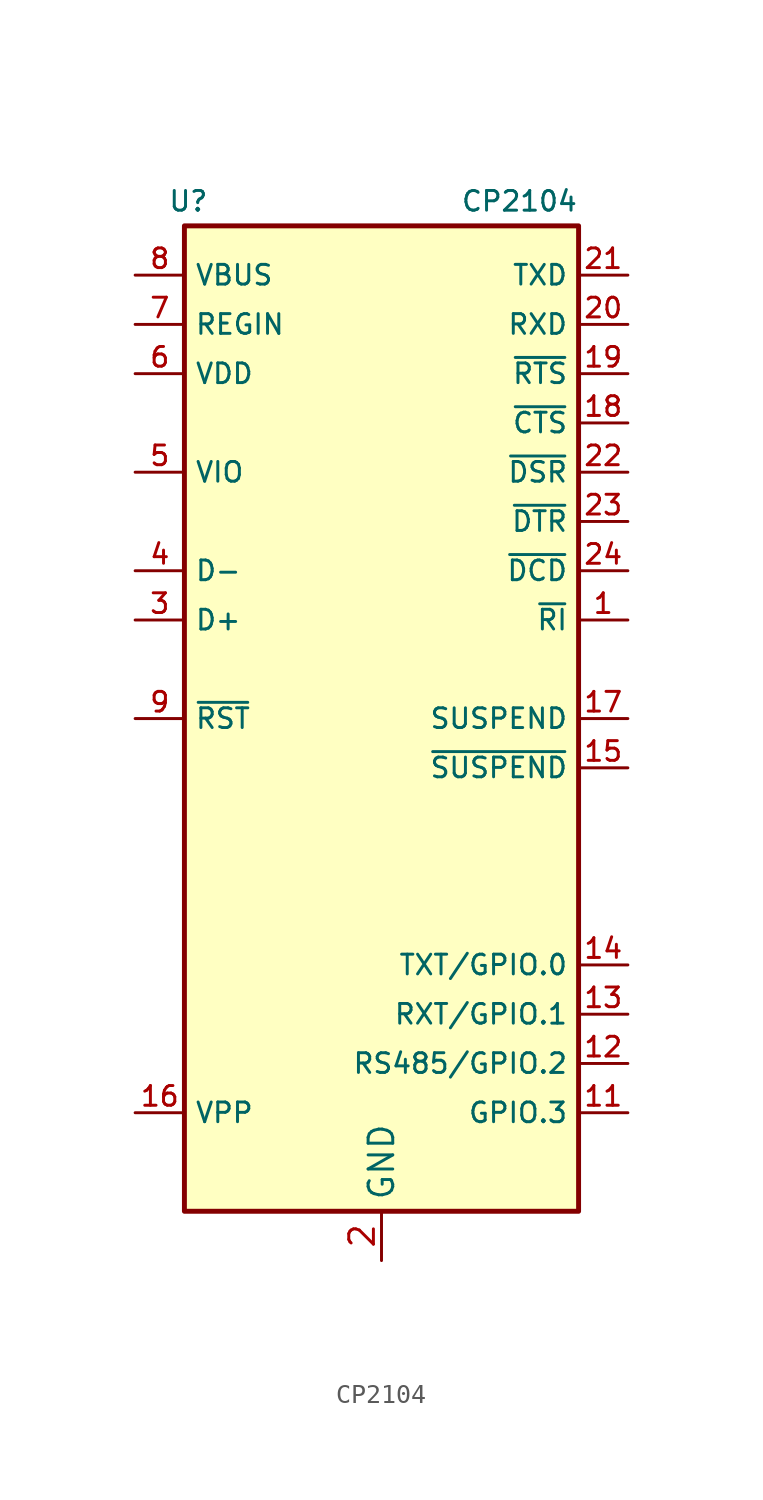
<source format=kicad_sym>
(kicad_symbol_lib
  (version 20211014)
  (generator kicad_symbol_editor)
  (symbol "CP2104"
    (property "Reference" "U"
      (at -8.89 26.67 0)
      (effects (font (size 1.016 1.016)) (justify right)))
    (property "Value" "CP2104"
      (at 10.16 26.67 0)
      (effects (font (size 1.016 1.016)) (justify right)))
    (symbol "CP2104_1_1"
      (rectangle (start -10.16 25.4) (end 10.16 -25.4) (stroke (width 0.254) (type default) (color 0 0 0 0)) (fill (type background)))
      (pin input line (at 12.7 5.08 180) (length 2.54) (name "~{RI}" (effects (font (size 1.016 1.016)))) (number "1" (effects (font (size 1.016 1.016)))))
      (pin no_connect line (at 10.16 -22.86 180) (length 2.54) hide (name "NC" (effects (font (size 1.016 1.016)))) (number "10" (effects (font (size 1.016 1.016)))))
      (pin bidirectional line (at 12.7 -20.32 180) (length 2.54) (name "GPIO.3" (effects (font (size 1.016 1.016)))) (number "11" (effects (font (size 1.016 1.016)))))
      (pin bidirectional line (at 12.7 -17.78 180) (length 2.54) (name "RS485/GPIO.2" (effects (font (size 1.016 1.016)))) (number "12" (effects (font (size 1.016 1.016)))))
      (pin bidirectional line (at 12.7 -15.24 180) (length 2.54) (name "RXT/GPIO.1" (effects (font (size 1.016 1.016)))) (number "13" (effects (font (size 1.016 1.016)))))
      (pin bidirectional line (at 12.7 -12.7 180) (length 2.54) (name "TXT/GPIO.0" (effects (font (size 1.016 1.016)))) (number "14" (effects (font (size 1.016 1.016)))))
      (pin output line (at 12.7 -2.54 180) (length 2.54) (name "~{SUSPEND}" (effects (font (size 1.016 1.016)))) (number "15" (effects (font (size 1.016 1.016)))))
      (pin passive line (at -12.7 -20.32 0) (length 2.54) (name "VPP" (effects (font (size 1.016 1.016)))) (number "16" (effects (font (size 1.016 1.016)))))
      (pin output line (at 12.7 0 180) (length 2.54) (name "SUSPEND" (effects (font (size 1.016 1.016)))) (number "17" (effects (font (size 1.016 1.016)))))
      (pin input line (at 12.7 15.24 180) (length 2.54) (name "~{CTS}" (effects (font (size 1.016 1.016)))) (number "18" (effects (font (size 1.016 1.016)))))
      (pin output line (at 12.7 17.78 180) (length 2.54) (name "~{RTS}" (effects (font (size 1.016 1.016)))) (number "19" (effects (font (size 1.016 1.016)))))
      (pin power_in line (at 0 -27.94 90) (length 2.54) (name "GND" (effects (font (size 1.27 1.27)))) (number "2" (effects (font (size 1.27 1.27)))))
      (pin input line (at 12.7 20.32 180) (length 2.54) (name "RXD" (effects (font (size 1.016 1.016)))) (number "20" (effects (font (size 1.016 1.016)))))
      (pin output line (at 12.7 22.86 180) (length 2.54) (name "TXD" (effects (font (size 1.016 1.016)))) (number "21" (effects (font (size 1.016 1.016)))))
      (pin input line (at 12.7 12.7 180) (length 2.54) (name "~{DSR}" (effects (font (size 1.016 1.016)))) (number "22" (effects (font (size 1.016 1.016)))))
      (pin output line (at 12.7 10.16 180) (length 2.54) (name "~{DTR}" (effects (font (size 1.016 1.016)))) (number "23" (effects (font (size 1.016 1.016)))))
      (pin input line (at 12.7 7.62 180) (length 2.54) (name "~{DCD}" (effects (font (size 1.016 1.016)))) (number "24" (effects (font (size 1.016 1.016)))))
      (pin passive line (at 0 -27.94 90) (length 2.54) hide (name "GND" (effects (font (size 1.016 1.016)))) (number "25" (effects (font (size 1.016 1.016)))))
      (pin bidirectional line (at -12.7 5.08 0) (length 2.54) (name "D+" (effects (font (size 1.016 1.016)))) (number "3" (effects (font (size 1.016 1.016)))))
      (pin bidirectional line (at -12.7 7.62 0) (length 2.54) (name "D-" (effects (font (size 1.016 1.016)))) (number "4" (effects (font (size 1.016 1.016)))))
      (pin power_in line (at -12.7 12.7 0) (length 2.54) (name "VIO" (effects (font (size 1.016 1.016)))) (number "5" (effects (font (size 1.016 1.016)))))
      (pin power_in line (at -12.7 17.78 0) (length 2.54) (name "VDD" (effects (font (size 1.016 1.016)))) (number "6" (effects (font (size 1.016 1.016)))))
      (pin power_in line (at -12.7 20.32 0) (length 2.54) (name "REGIN" (effects (font (size 1.016 1.016)))) (number "7" (effects (font (size 1.016 1.016)))))
      (pin input line (at -12.7 22.86 0) (length 2.54) (name "VBUS" (effects (font (size 1.016 1.016)))) (number "8" (effects (font (size 1.016 1.016)))))
      (pin bidirectional line (at -12.7 0 0) (length 2.54) (name "~{RST}" (effects (font (size 1.016 1.016)))) (number "9" (effects (font (size 1.016 1.016))))))))
</source>
